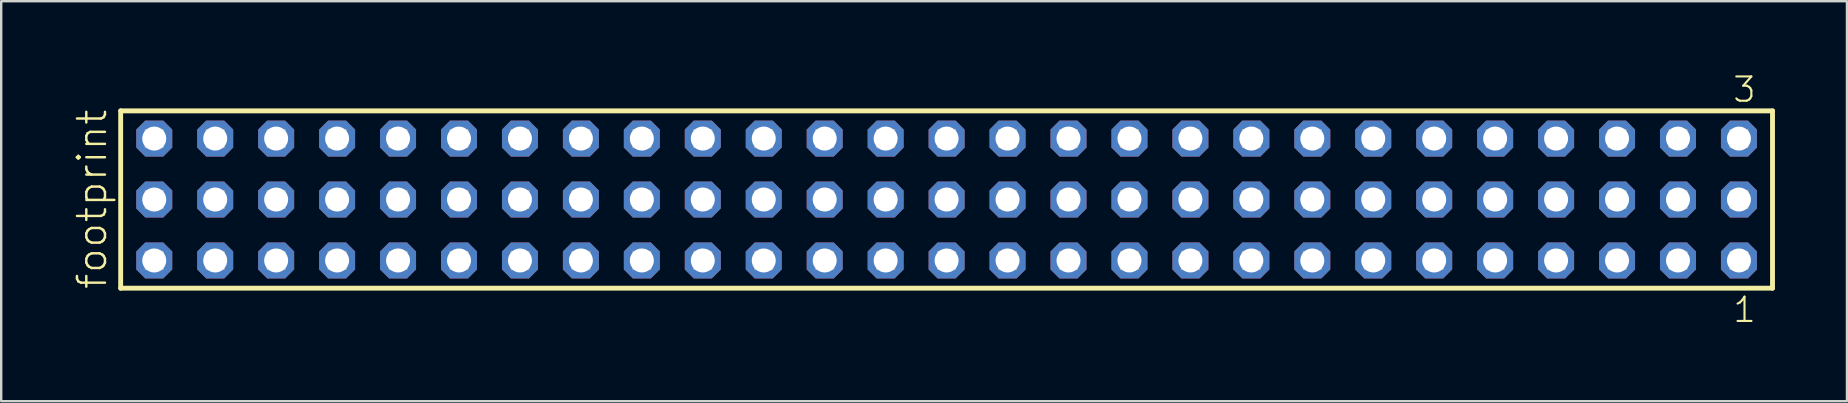
<source format=kicad_pcb>
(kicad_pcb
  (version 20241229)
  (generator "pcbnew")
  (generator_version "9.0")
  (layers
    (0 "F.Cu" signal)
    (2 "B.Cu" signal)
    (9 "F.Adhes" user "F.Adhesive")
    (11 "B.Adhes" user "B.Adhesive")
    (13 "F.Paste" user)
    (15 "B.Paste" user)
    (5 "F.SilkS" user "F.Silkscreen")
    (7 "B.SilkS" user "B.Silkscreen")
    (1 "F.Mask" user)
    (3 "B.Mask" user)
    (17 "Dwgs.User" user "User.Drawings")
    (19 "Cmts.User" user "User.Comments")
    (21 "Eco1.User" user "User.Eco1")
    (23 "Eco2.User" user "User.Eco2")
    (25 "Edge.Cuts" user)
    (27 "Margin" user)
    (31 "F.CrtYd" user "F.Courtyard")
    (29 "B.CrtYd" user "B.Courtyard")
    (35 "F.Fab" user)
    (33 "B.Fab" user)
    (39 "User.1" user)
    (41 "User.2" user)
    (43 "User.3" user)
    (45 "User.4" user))
  (footprint "footprint"
    (layer "F.Cu")
    (at 36.398 5.265)
    (property "Reference" "footprint" (at -34.925 3.81 90) (layer "F.SilkS") (effects (font (size 1.168 1.168) (thickness 0.102)) (justify left bottom)))
    (fp_line (start -34.419 -3.695) (end 34.419 -3.695) (stroke (width 0.203) (type solid)) (layer "F.SilkS"))
    (fp_line (start -34.419 3.695) (end -34.419 -3.695) (stroke (width 0.203) (type solid)) (layer "F.SilkS"))
    (fp_line (start 34.419 -3.695) (end 34.419 3.695) (stroke (width 0.203) (type solid)) (layer "F.SilkS"))
    (fp_line (start 34.419 3.695) (end -34.419 3.695) (stroke (width 0.203) (type solid)) (layer "F.SilkS"))
    (fp_poly (pts (xy -33.37 -2.19) (xy -32.67 -2.19) (xy -32.67 -2.89) (xy -33.37 -2.89)) (stroke (width 0.1) (type solid)) (fill no) (layer "F.Fab"))
    (fp_poly (pts (xy -33.37 0.35) (xy -32.67 0.35) (xy -32.67 -0.35) (xy -33.37 -0.35)) (stroke (width 0.1) (type solid)) (fill no) (layer "F.Fab"))
    (fp_poly (pts (xy -33.37 2.89) (xy -32.67 2.89) (xy -32.67 2.19) (xy -33.37 2.19)) (stroke (width 0.1) (type solid)) (fill no) (layer "F.Fab"))
    (fp_poly (pts (xy -30.83 -2.19) (xy -30.13 -2.19) (xy -30.13 -2.89) (xy -30.83 -2.89)) (stroke (width 0.1) (type solid)) (fill no) (layer "F.Fab"))
    (fp_poly (pts (xy -30.83 0.35) (xy -30.13 0.35) (xy -30.13 -0.35) (xy -30.83 -0.35)) (stroke (width 0.1) (type solid)) (fill no) (layer "F.Fab"))
    (fp_poly (pts (xy -30.83 2.89) (xy -30.13 2.89) (xy -30.13 2.19) (xy -30.83 2.19)) (stroke (width 0.1) (type solid)) (fill no) (layer "F.Fab"))
    (fp_poly (pts (xy -28.29 -2.19) (xy -27.59 -2.19) (xy -27.59 -2.89) (xy -28.29 -2.89)) (stroke (width 0.1) (type solid)) (fill no) (layer "F.Fab"))
    (fp_poly (pts (xy -28.29 0.35) (xy -27.59 0.35) (xy -27.59 -0.35) (xy -28.29 -0.35)) (stroke (width 0.1) (type solid)) (fill no) (layer "F.Fab"))
    (fp_poly (pts (xy -28.29 2.89) (xy -27.59 2.89) (xy -27.59 2.19) (xy -28.29 2.19)) (stroke (width 0.1) (type solid)) (fill no) (layer "F.Fab"))
    (fp_poly (pts (xy -25.75 -2.19) (xy -25.05 -2.19) (xy -25.05 -2.89) (xy -25.75 -2.89)) (stroke (width 0.1) (type solid)) (fill no) (layer "F.Fab"))
    (fp_poly (pts (xy -25.75 0.35) (xy -25.05 0.35) (xy -25.05 -0.35) (xy -25.75 -0.35)) (stroke (width 0.1) (type solid)) (fill no) (layer "F.Fab"))
    (fp_poly (pts (xy -25.75 2.89) (xy -25.05 2.89) (xy -25.05 2.19) (xy -25.75 2.19)) (stroke (width 0.1) (type solid)) (fill no) (layer "F.Fab"))
    (fp_poly (pts (xy -23.21 -2.19) (xy -22.51 -2.19) (xy -22.51 -2.89) (xy -23.21 -2.89)) (stroke (width 0.1) (type solid)) (fill no) (layer "F.Fab"))
    (fp_poly (pts (xy -23.21 0.35) (xy -22.51 0.35) (xy -22.51 -0.35) (xy -23.21 -0.35)) (stroke (width 0.1) (type solid)) (fill no) (layer "F.Fab"))
    (fp_poly (pts (xy -23.21 2.89) (xy -22.51 2.89) (xy -22.51 2.19) (xy -23.21 2.19)) (stroke (width 0.1) (type solid)) (fill no) (layer "F.Fab"))
    (fp_poly (pts (xy -20.67 -2.19) (xy -19.97 -2.19) (xy -19.97 -2.89) (xy -20.67 -2.89)) (stroke (width 0.1) (type solid)) (fill no) (layer "F.Fab"))
    (fp_poly (pts (xy -20.67 0.35) (xy -19.97 0.35) (xy -19.97 -0.35) (xy -20.67 -0.35)) (stroke (width 0.1) (type solid)) (fill no) (layer "F.Fab"))
    (fp_poly (pts (xy -20.67 2.89) (xy -19.97 2.89) (xy -19.97 2.19) (xy -20.67 2.19)) (stroke (width 0.1) (type solid)) (fill no) (layer "F.Fab"))
    (fp_poly (pts (xy -18.13 -2.19) (xy -17.43 -2.19) (xy -17.43 -2.89) (xy -18.13 -2.89)) (stroke (width 0.1) (type solid)) (fill no) (layer "F.Fab"))
    (fp_poly (pts (xy -18.13 0.35) (xy -17.43 0.35) (xy -17.43 -0.35) (xy -18.13 -0.35)) (stroke (width 0.1) (type solid)) (fill no) (layer "F.Fab"))
    (fp_poly (pts (xy -18.13 2.89) (xy -17.43 2.89) (xy -17.43 2.19) (xy -18.13 2.19)) (stroke (width 0.1) (type solid)) (fill no) (layer "F.Fab"))
    (fp_poly (pts (xy -15.59 -2.19) (xy -14.89 -2.19) (xy -14.89 -2.89) (xy -15.59 -2.89)) (stroke (width 0.1) (type solid)) (fill no) (layer "F.Fab"))
    (fp_poly (pts (xy -15.59 0.35) (xy -14.89 0.35) (xy -14.89 -0.35) (xy -15.59 -0.35)) (stroke (width 0.1) (type solid)) (fill no) (layer "F.Fab"))
    (fp_poly (pts (xy -15.59 2.89) (xy -14.89 2.89) (xy -14.89 2.19) (xy -15.59 2.19)) (stroke (width 0.1) (type solid)) (fill no) (layer "F.Fab"))
    (fp_poly (pts (xy -13.05 -2.19) (xy -12.35 -2.19) (xy -12.35 -2.89) (xy -13.05 -2.89)) (stroke (width 0.1) (type solid)) (fill no) (layer "F.Fab"))
    (fp_poly (pts (xy -13.05 0.35) (xy -12.35 0.35) (xy -12.35 -0.35) (xy -13.05 -0.35)) (stroke (width 0.1) (type solid)) (fill no) (layer "F.Fab"))
    (fp_poly (pts (xy -13.05 2.89) (xy -12.35 2.89) (xy -12.35 2.19) (xy -13.05 2.19)) (stroke (width 0.1) (type solid)) (fill no) (layer "F.Fab"))
    (fp_poly (pts (xy -10.51 -2.19) (xy -9.81 -2.19) (xy -9.81 -2.89) (xy -10.51 -2.89)) (stroke (width 0.1) (type solid)) (fill no) (layer "F.Fab"))
    (fp_poly (pts (xy -10.51 0.35) (xy -9.81 0.35) (xy -9.81 -0.35) (xy -10.51 -0.35)) (stroke (width 0.1) (type solid)) (fill no) (layer "F.Fab"))
    (fp_poly (pts (xy -10.51 2.89) (xy -9.81 2.89) (xy -9.81 2.19) (xy -10.51 2.19)) (stroke (width 0.1) (type solid)) (fill no) (layer "F.Fab"))
    (fp_poly (pts (xy -7.97 -2.19) (xy -7.27 -2.19) (xy -7.27 -2.89) (xy -7.97 -2.89)) (stroke (width 0.1) (type solid)) (fill no) (layer "F.Fab"))
    (fp_poly (pts (xy -7.97 0.35) (xy -7.27 0.35) (xy -7.27 -0.35) (xy -7.97 -0.35)) (stroke (width 0.1) (type solid)) (fill no) (layer "F.Fab"))
    (fp_poly (pts (xy -7.97 2.89) (xy -7.27 2.89) (xy -7.27 2.19) (xy -7.97 2.19)) (stroke (width 0.1) (type solid)) (fill no) (layer "F.Fab"))
    (fp_poly (pts (xy -5.43 -2.19) (xy -4.73 -2.19) (xy -4.73 -2.89) (xy -5.43 -2.89)) (stroke (width 0.1) (type solid)) (fill no) (layer "F.Fab"))
    (fp_poly (pts (xy -5.43 0.35) (xy -4.73 0.35) (xy -4.73 -0.35) (xy -5.43 -0.35)) (stroke (width 0.1) (type solid)) (fill no) (layer "F.Fab"))
    (fp_poly (pts (xy -5.43 2.89) (xy -4.73 2.89) (xy -4.73 2.19) (xy -5.43 2.19)) (stroke (width 0.1) (type solid)) (fill no) (layer "F.Fab"))
    (fp_poly (pts (xy -2.89 -2.19) (xy -2.19 -2.19) (xy -2.19 -2.89) (xy -2.89 -2.89)) (stroke (width 0.1) (type solid)) (fill no) (layer "F.Fab"))
    (fp_poly (pts (xy -2.89 0.35) (xy -2.19 0.35) (xy -2.19 -0.35) (xy -2.89 -0.35)) (stroke (width 0.1) (type solid)) (fill no) (layer "F.Fab"))
    (fp_poly (pts (xy -2.89 2.89) (xy -2.19 2.89) (xy -2.19 2.19) (xy -2.89 2.19)) (stroke (width 0.1) (type solid)) (fill no) (layer "F.Fab"))
    (fp_poly (pts (xy -0.35 -2.19) (xy 0.35 -2.19) (xy 0.35 -2.89) (xy -0.35 -2.89)) (stroke (width 0.1) (type solid)) (fill no) (layer "F.Fab"))
    (fp_poly (pts (xy -0.35 0.35) (xy 0.35 0.35) (xy 0.35 -0.35) (xy -0.35 -0.35)) (stroke (width 0.1) (type solid)) (fill no) (layer "F.Fab"))
    (fp_poly (pts (xy -0.35 2.89) (xy 0.35 2.89) (xy 0.35 2.19) (xy -0.35 2.19)) (stroke (width 0.1) (type solid)) (fill no) (layer "F.Fab"))
    (fp_poly (pts (xy 2.19 -2.19) (xy 2.89 -2.19) (xy 2.89 -2.89) (xy 2.19 -2.89)) (stroke (width 0.1) (type solid)) (fill no) (layer "F.Fab"))
    (fp_poly (pts (xy 2.19 0.35) (xy 2.89 0.35) (xy 2.89 -0.35) (xy 2.19 -0.35)) (stroke (width 0.1) (type solid)) (fill no) (layer "F.Fab"))
    (fp_poly (pts (xy 2.19 2.89) (xy 2.89 2.89) (xy 2.89 2.19) (xy 2.19 2.19)) (stroke (width 0.1) (type solid)) (fill no) (layer "F.Fab"))
    (fp_poly (pts (xy 4.73 -2.19) (xy 5.43 -2.19) (xy 5.43 -2.89) (xy 4.73 -2.89)) (stroke (width 0.1) (type solid)) (fill no) (layer "F.Fab"))
    (fp_poly (pts (xy 4.73 0.35) (xy 5.43 0.35) (xy 5.43 -0.35) (xy 4.73 -0.35)) (stroke (width 0.1) (type solid)) (fill no) (layer "F.Fab"))
    (fp_poly (pts (xy 4.73 2.89) (xy 5.43 2.89) (xy 5.43 2.19) (xy 4.73 2.19)) (stroke (width 0.1) (type solid)) (fill no) (layer "F.Fab"))
    (fp_poly (pts (xy 7.27 -2.19) (xy 7.97 -2.19) (xy 7.97 -2.89) (xy 7.27 -2.89)) (stroke (width 0.1) (type solid)) (fill no) (layer "F.Fab"))
    (fp_poly (pts (xy 7.27 0.35) (xy 7.97 0.35) (xy 7.97 -0.35) (xy 7.27 -0.35)) (stroke (width 0.1) (type solid)) (fill no) (layer "F.Fab"))
    (fp_poly (pts (xy 7.27 2.89) (xy 7.97 2.89) (xy 7.97 2.19) (xy 7.27 2.19)) (stroke (width 0.1) (type solid)) (fill no) (layer "F.Fab"))
    (fp_poly (pts (xy 9.81 -2.19) (xy 10.51 -2.19) (xy 10.51 -2.89) (xy 9.81 -2.89)) (stroke (width 0.1) (type solid)) (fill no) (layer "F.Fab"))
    (fp_poly (pts (xy 9.81 0.35) (xy 10.51 0.35) (xy 10.51 -0.35) (xy 9.81 -0.35)) (stroke (width 0.1) (type solid)) (fill no) (layer "F.Fab"))
    (fp_poly (pts (xy 9.81 2.89) (xy 10.51 2.89) (xy 10.51 2.19) (xy 9.81 2.19)) (stroke (width 0.1) (type solid)) (fill no) (layer "F.Fab"))
    (fp_poly (pts (xy 12.35 -2.19) (xy 13.05 -2.19) (xy 13.05 -2.89) (xy 12.35 -2.89)) (stroke (width 0.1) (type solid)) (fill no) (layer "F.Fab"))
    (fp_poly (pts (xy 12.35 0.35) (xy 13.05 0.35) (xy 13.05 -0.35) (xy 12.35 -0.35)) (stroke (width 0.1) (type solid)) (fill no) (layer "F.Fab"))
    (fp_poly (pts (xy 12.35 2.89) (xy 13.05 2.89) (xy 13.05 2.19) (xy 12.35 2.19)) (stroke (width 0.1) (type solid)) (fill no) (layer "F.Fab"))
    (fp_poly (pts (xy 14.89 -2.19) (xy 15.59 -2.19) (xy 15.59 -2.89) (xy 14.89 -2.89)) (stroke (width 0.1) (type solid)) (fill no) (layer "F.Fab"))
    (fp_poly (pts (xy 14.89 0.35) (xy 15.59 0.35) (xy 15.59 -0.35) (xy 14.89 -0.35)) (stroke (width 0.1) (type solid)) (fill no) (layer "F.Fab"))
    (fp_poly (pts (xy 14.89 2.89) (xy 15.59 2.89) (xy 15.59 2.19) (xy 14.89 2.19)) (stroke (width 0.1) (type solid)) (fill no) (layer "F.Fab"))
    (fp_poly (pts (xy 17.43 -2.19) (xy 18.13 -2.19) (xy 18.13 -2.89) (xy 17.43 -2.89)) (stroke (width 0.1) (type solid)) (fill no) (layer "F.Fab"))
    (fp_poly (pts (xy 17.43 0.35) (xy 18.13 0.35) (xy 18.13 -0.35) (xy 17.43 -0.35)) (stroke (width 0.1) (type solid)) (fill no) (layer "F.Fab"))
    (fp_poly (pts (xy 17.43 2.89) (xy 18.13 2.89) (xy 18.13 2.19) (xy 17.43 2.19)) (stroke (width 0.1) (type solid)) (fill no) (layer "F.Fab"))
    (fp_poly (pts (xy 19.97 -2.19) (xy 20.67 -2.19) (xy 20.67 -2.89) (xy 19.97 -2.89)) (stroke (width 0.1) (type solid)) (fill no) (layer "F.Fab"))
    (fp_poly (pts (xy 19.97 0.35) (xy 20.67 0.35) (xy 20.67 -0.35) (xy 19.97 -0.35)) (stroke (width 0.1) (type solid)) (fill no) (layer "F.Fab"))
    (fp_poly (pts (xy 19.97 2.89) (xy 20.67 2.89) (xy 20.67 2.19) (xy 19.97 2.19)) (stroke (width 0.1) (type solid)) (fill no) (layer "F.Fab"))
    (fp_poly (pts (xy 22.51 -2.19) (xy 23.21 -2.19) (xy 23.21 -2.89) (xy 22.51 -2.89)) (stroke (width 0.1) (type solid)) (fill no) (layer "F.Fab"))
    (fp_poly (pts (xy 22.51 0.35) (xy 23.21 0.35) (xy 23.21 -0.35) (xy 22.51 -0.35)) (stroke (width 0.1) (type solid)) (fill no) (layer "F.Fab"))
    (fp_poly (pts (xy 22.51 2.89) (xy 23.21 2.89) (xy 23.21 2.19) (xy 22.51 2.19)) (stroke (width 0.1) (type solid)) (fill no) (layer "F.Fab"))
    (fp_poly (pts (xy 25.05 -2.19) (xy 25.75 -2.19) (xy 25.75 -2.89) (xy 25.05 -2.89)) (stroke (width 0.1) (type solid)) (fill no) (layer "F.Fab"))
    (fp_poly (pts (xy 25.05 0.35) (xy 25.75 0.35) (xy 25.75 -0.35) (xy 25.05 -0.35)) (stroke (width 0.1) (type solid)) (fill no) (layer "F.Fab"))
    (fp_poly (pts (xy 25.05 2.89) (xy 25.75 2.89) (xy 25.75 2.19) (xy 25.05 2.19)) (stroke (width 0.1) (type solid)) (fill no) (layer "F.Fab"))
    (fp_poly (pts (xy 27.59 -2.19) (xy 28.29 -2.19) (xy 28.29 -2.89) (xy 27.59 -2.89)) (stroke (width 0.1) (type solid)) (fill no) (layer "F.Fab"))
    (fp_poly (pts (xy 27.59 0.35) (xy 28.29 0.35) (xy 28.29 -0.35) (xy 27.59 -0.35)) (stroke (width 0.1) (type solid)) (fill no) (layer "F.Fab"))
    (fp_poly (pts (xy 27.59 2.89) (xy 28.29 2.89) (xy 28.29 2.19) (xy 27.59 2.19)) (stroke (width 0.1) (type solid)) (fill no) (layer "F.Fab"))
    (fp_poly (pts (xy 30.13 -2.19) (xy 30.83 -2.19) (xy 30.83 -2.89) (xy 30.13 -2.89)) (stroke (width 0.1) (type solid)) (fill no) (layer "F.Fab"))
    (fp_poly (pts (xy 30.13 0.35) (xy 30.83 0.35) (xy 30.83 -0.35) (xy 30.13 -0.35)) (stroke (width 0.1) (type solid)) (fill no) (layer "F.Fab"))
    (fp_poly (pts (xy 30.13 2.89) (xy 30.83 2.89) (xy 30.83 2.19) (xy 30.13 2.19)) (stroke (width 0.1) (type solid)) (fill no) (layer "F.Fab"))
    (fp_poly (pts (xy 32.67 -2.19) (xy 33.37 -2.19) (xy 33.37 -2.89) (xy 32.67 -2.89)) (stroke (width 0.1) (type solid)) (fill no) (layer "F.Fab"))
    (fp_poly (pts (xy 32.67 0.35) (xy 33.37 0.35) (xy 33.37 -0.35) (xy 32.67 -0.35)) (stroke (width 0.1) (type solid)) (fill no) (layer "F.Fab"))
    (fp_poly (pts (xy 32.67 2.89) (xy 33.37 2.89) (xy 33.37 2.19) (xy 32.67 2.19)) (stroke (width 0.1) (type solid)) (fill no) (layer "F.Fab"))
    (fp_text user "3" (at 32.708 -3.989 0) (layer "F.SilkS") (effects (font (size 1.012 1.012) (thickness 0.088)) (justify left bottom)))
    (fp_text user "1" (at 32.712 5.188 0) (layer "F.SilkS") (effects (font (size 1.012 1.012) (thickness 0.088)) (justify left bottom)))
    (pad "1" thru_hole roundrect (at 33.02 2.54 180) (size 1.5 1.5) (drill 1) (layers "*.Cu" "*.Mask") (roundrect_rratio 0.25) (chamfer_ratio 0.25) (chamfer top_left top_right bottom_left bottom_right))
    (pad "2" thru_hole roundrect (at 33.02 0 180) (size 1.5 1.5) (drill 1) (layers "*.Cu" "*.Mask") (roundrect_rratio 0.25) (chamfer_ratio 0.25) (chamfer top_left top_right bottom_left bottom_right))
    (pad "3" thru_hole roundrect (at 33.02 -2.54 180) (size 1.5 1.5) (drill 1) (layers "*.Cu" "*.Mask") (roundrect_rratio 0.25) (chamfer_ratio 0.25) (chamfer top_left top_right bottom_left bottom_right))
    (pad "4" thru_hole roundrect (at 30.48 2.54 180) (size 1.5 1.5) (drill 1) (layers "*.Cu" "*.Mask") (roundrect_rratio 0.25) (chamfer_ratio 0.25) (chamfer top_left top_right bottom_left bottom_right))
    (pad "5" thru_hole roundrect (at 30.48 0 180) (size 1.5 1.5) (drill 1) (layers "*.Cu" "*.Mask") (roundrect_rratio 0.25) (chamfer_ratio 0.25) (chamfer top_left top_right bottom_left bottom_right))
    (pad "6" thru_hole roundrect (at 30.48 -2.54 180) (size 1.5 1.5) (drill 1) (layers "*.Cu" "*.Mask") (roundrect_rratio 0.25) (chamfer_ratio 0.25) (chamfer top_left top_right bottom_left bottom_right))
    (pad "7" thru_hole roundrect (at 27.94 2.54 180) (size 1.5 1.5) (drill 1) (layers "*.Cu" "*.Mask") (roundrect_rratio 0.25) (chamfer_ratio 0.25) (chamfer top_left top_right bottom_left bottom_right))
    (pad "8" thru_hole roundrect (at 27.94 0 180) (size 1.5 1.5) (drill 1) (layers "*.Cu" "*.Mask") (roundrect_rratio 0.25) (chamfer_ratio 0.25) (chamfer top_left top_right bottom_left bottom_right))
    (pad "9" thru_hole roundrect (at 27.94 -2.54 180) (size 1.5 1.5) (drill 1) (layers "*.Cu" "*.Mask") (roundrect_rratio 0.25) (chamfer_ratio 0.25) (chamfer top_left top_right bottom_left bottom_right))
    (pad "10" thru_hole roundrect (at 25.4 2.54 180) (size 1.5 1.5) (drill 1) (layers "*.Cu" "*.Mask") (roundrect_rratio 0.25) (chamfer_ratio 0.25) (chamfer top_left top_right bottom_left bottom_right))
    (pad "11" thru_hole roundrect (at 25.4 0 180) (size 1.5 1.5) (drill 1) (layers "*.Cu" "*.Mask") (roundrect_rratio 0.25) (chamfer_ratio 0.25) (chamfer top_left top_right bottom_left bottom_right))
    (pad "12" thru_hole roundrect (at 25.4 -2.54 180) (size 1.5 1.5) (drill 1) (layers "*.Cu" "*.Mask") (roundrect_rratio 0.25) (chamfer_ratio 0.25) (chamfer top_left top_right bottom_left bottom_right))
    (pad "13" thru_hole roundrect (at 22.86 2.54 180) (size 1.5 1.5) (drill 1) (layers "*.Cu" "*.Mask") (roundrect_rratio 0.25) (chamfer_ratio 0.25) (chamfer top_left top_right bottom_left bottom_right))
    (pad "14" thru_hole roundrect (at 22.86 0 180) (size 1.5 1.5) (drill 1) (layers "*.Cu" "*.Mask") (roundrect_rratio 0.25) (chamfer_ratio 0.25) (chamfer top_left top_right bottom_left bottom_right))
    (pad "15" thru_hole roundrect (at 22.86 -2.54 180) (size 1.5 1.5) (drill 1) (layers "*.Cu" "*.Mask") (roundrect_rratio 0.25) (chamfer_ratio 0.25) (chamfer top_left top_right bottom_left bottom_right))
    (pad "16" thru_hole roundrect (at 20.32 2.54 180) (size 1.5 1.5) (drill 1) (layers "*.Cu" "*.Mask") (roundrect_rratio 0.25) (chamfer_ratio 0.25) (chamfer top_left top_right bottom_left bottom_right))
    (pad "17" thru_hole roundrect (at 20.32 0 180) (size 1.5 1.5) (drill 1) (layers "*.Cu" "*.Mask") (roundrect_rratio 0.25) (chamfer_ratio 0.25) (chamfer top_left top_right bottom_left bottom_right))
    (pad "18" thru_hole roundrect (at 20.32 -2.54 180) (size 1.5 1.5) (drill 1) (layers "*.Cu" "*.Mask") (roundrect_rratio 0.25) (chamfer_ratio 0.25) (chamfer top_left top_right bottom_left bottom_right))
    (pad "19" thru_hole roundrect (at 17.78 2.54 180) (size 1.5 1.5) (drill 1) (layers "*.Cu" "*.Mask") (roundrect_rratio 0.25) (chamfer_ratio 0.25) (chamfer top_left top_right bottom_left bottom_right))
    (pad "20" thru_hole roundrect (at 17.78 0 180) (size 1.5 1.5) (drill 1) (layers "*.Cu" "*.Mask") (roundrect_rratio 0.25) (chamfer_ratio 0.25) (chamfer top_left top_right bottom_left bottom_right))
    (pad "21" thru_hole roundrect (at 17.78 -2.54 180) (size 1.5 1.5) (drill 1) (layers "*.Cu" "*.Mask") (roundrect_rratio 0.25) (chamfer_ratio 0.25) (chamfer top_left top_right bottom_left bottom_right))
    (pad "22" thru_hole roundrect (at 15.24 2.54 180) (size 1.5 1.5) (drill 1) (layers "*.Cu" "*.Mask") (roundrect_rratio 0.25) (chamfer_ratio 0.25) (chamfer top_left top_right bottom_left bottom_right))
    (pad "23" thru_hole roundrect (at 15.24 0 180) (size 1.5 1.5) (drill 1) (layers "*.Cu" "*.Mask") (roundrect_rratio 0.25) (chamfer_ratio 0.25) (chamfer top_left top_right bottom_left bottom_right))
    (pad "24" thru_hole roundrect (at 15.24 -2.54 180) (size 1.5 1.5) (drill 1) (layers "*.Cu" "*.Mask") (roundrect_rratio 0.25) (chamfer_ratio 0.25) (chamfer top_left top_right bottom_left bottom_right))
    (pad "25" thru_hole roundrect (at 12.7 2.54 180) (size 1.5 1.5) (drill 1) (layers "*.Cu" "*.Mask") (roundrect_rratio 0.25) (chamfer_ratio 0.25) (chamfer top_left top_right bottom_left bottom_right))
    (pad "26" thru_hole roundrect (at 12.7 0 180) (size 1.5 1.5) (drill 1) (layers "*.Cu" "*.Mask") (roundrect_rratio 0.25) (chamfer_ratio 0.25) (chamfer top_left top_right bottom_left bottom_right))
    (pad "27" thru_hole roundrect (at 12.7 -2.54 180) (size 1.5 1.5) (drill 1) (layers "*.Cu" "*.Mask") (roundrect_rratio 0.25) (chamfer_ratio 0.25) (chamfer top_left top_right bottom_left bottom_right))
    (pad "28" thru_hole roundrect (at 10.16 2.54 180) (size 1.5 1.5) (drill 1) (layers "*.Cu" "*.Mask") (roundrect_rratio 0.25) (chamfer_ratio 0.25) (chamfer top_left top_right bottom_left bottom_right))
    (pad "29" thru_hole roundrect (at 10.16 0 180) (size 1.5 1.5) (drill 1) (layers "*.Cu" "*.Mask") (roundrect_rratio 0.25) (chamfer_ratio 0.25) (chamfer top_left top_right bottom_left bottom_right))
    (pad "30" thru_hole roundrect (at 10.16 -2.54 180) (size 1.5 1.5) (drill 1) (layers "*.Cu" "*.Mask") (roundrect_rratio 0.25) (chamfer_ratio 0.25) (chamfer top_left top_right bottom_left bottom_right))
    (pad "31" thru_hole roundrect (at 7.62 2.54 180) (size 1.5 1.5) (drill 1) (layers "*.Cu" "*.Mask") (roundrect_rratio 0.25) (chamfer_ratio 0.25) (chamfer top_left top_right bottom_left bottom_right))
    (pad "32" thru_hole roundrect (at 7.62 0 180) (size 1.5 1.5) (drill 1) (layers "*.Cu" "*.Mask") (roundrect_rratio 0.25) (chamfer_ratio 0.25) (chamfer top_left top_right bottom_left bottom_right))
    (pad "33" thru_hole roundrect (at 7.62 -2.54 180) (size 1.5 1.5) (drill 1) (layers "*.Cu" "*.Mask") (roundrect_rratio 0.25) (chamfer_ratio 0.25) (chamfer top_left top_right bottom_left bottom_right))
    (pad "34" thru_hole roundrect (at 5.08 2.54 180) (size 1.5 1.5) (drill 1) (layers "*.Cu" "*.Mask") (roundrect_rratio 0.25) (chamfer_ratio 0.25) (chamfer top_left top_right bottom_left bottom_right))
    (pad "35" thru_hole roundrect (at 5.08 0 180) (size 1.5 1.5) (drill 1) (layers "*.Cu" "*.Mask") (roundrect_rratio 0.25) (chamfer_ratio 0.25) (chamfer top_left top_right bottom_left bottom_right))
    (pad "36" thru_hole roundrect (at 5.08 -2.54 180) (size 1.5 1.5) (drill 1) (layers "*.Cu" "*.Mask") (roundrect_rratio 0.25) (chamfer_ratio 0.25) (chamfer top_left top_right bottom_left bottom_right))
    (pad "37" thru_hole roundrect (at 2.54 2.54 180) (size 1.5 1.5) (drill 1) (layers "*.Cu" "*.Mask") (roundrect_rratio 0.25) (chamfer_ratio 0.25) (chamfer top_left top_right bottom_left bottom_right))
    (pad "38" thru_hole roundrect (at 2.54 0 180) (size 1.5 1.5) (drill 1) (layers "*.Cu" "*.Mask") (roundrect_rratio 0.25) (chamfer_ratio 0.25) (chamfer top_left top_right bottom_left bottom_right))
    (pad "39" thru_hole roundrect (at 2.54 -2.54 180) (size 1.5 1.5) (drill 1) (layers "*.Cu" "*.Mask") (roundrect_rratio 0.25) (chamfer_ratio 0.25) (chamfer top_left top_right bottom_left bottom_right))
    (pad "40" thru_hole roundrect (at 0 2.54 180) (size 1.5 1.5) (drill 1) (layers "*.Cu" "*.Mask") (roundrect_rratio 0.25) (chamfer_ratio 0.25) (chamfer top_left top_right bottom_left bottom_right))
    (pad "41" thru_hole roundrect (at 0 0 180) (size 1.5 1.5) (drill 1) (layers "*.Cu" "*.Mask") (roundrect_rratio 0.25) (chamfer_ratio 0.25) (chamfer top_left top_right bottom_left bottom_right))
    (pad "42" thru_hole roundrect (at 0 -2.54 180) (size 1.5 1.5) (drill 1) (layers "*.Cu" "*.Mask") (roundrect_rratio 0.25) (chamfer_ratio 0.25) (chamfer top_left top_right bottom_left bottom_right))
    (pad "43" thru_hole roundrect (at -2.54 2.54 180) (size 1.5 1.5) (drill 1) (layers "*.Cu" "*.Mask") (roundrect_rratio 0.25) (chamfer_ratio 0.25) (chamfer top_left top_right bottom_left bottom_right))
    (pad "44" thru_hole roundrect (at -2.54 0 180) (size 1.5 1.5) (drill 1) (layers "*.Cu" "*.Mask") (roundrect_rratio 0.25) (chamfer_ratio 0.25) (chamfer top_left top_right bottom_left bottom_right))
    (pad "45" thru_hole roundrect (at -2.54 -2.54 180) (size 1.5 1.5) (drill 1) (layers "*.Cu" "*.Mask") (roundrect_rratio 0.25) (chamfer_ratio 0.25) (chamfer top_left top_right bottom_left bottom_right))
    (pad "46" thru_hole roundrect (at -5.08 2.54 180) (size 1.5 1.5) (drill 1) (layers "*.Cu" "*.Mask") (roundrect_rratio 0.25) (chamfer_ratio 0.25) (chamfer top_left top_right bottom_left bottom_right))
    (pad "47" thru_hole roundrect (at -5.08 0 180) (size 1.5 1.5) (drill 1) (layers "*.Cu" "*.Mask") (roundrect_rratio 0.25) (chamfer_ratio 0.25) (chamfer top_left top_right bottom_left bottom_right))
    (pad "48" thru_hole roundrect (at -5.08 -2.54 180) (size 1.5 1.5) (drill 1) (layers "*.Cu" "*.Mask") (roundrect_rratio 0.25) (chamfer_ratio 0.25) (chamfer top_left top_right bottom_left bottom_right))
    (pad "49" thru_hole roundrect (at -7.62 2.54 180) (size 1.5 1.5) (drill 1) (layers "*.Cu" "*.Mask") (roundrect_rratio 0.25) (chamfer_ratio 0.25) (chamfer top_left top_right bottom_left bottom_right))
    (pad "50" thru_hole roundrect (at -7.62 0 180) (size 1.5 1.5) (drill 1) (layers "*.Cu" "*.Mask") (roundrect_rratio 0.25) (chamfer_ratio 0.25) (chamfer top_left top_right bottom_left bottom_right))
    (pad "51" thru_hole roundrect (at -7.62 -2.54 180) (size 1.5 1.5) (drill 1) (layers "*.Cu" "*.Mask") (roundrect_rratio 0.25) (chamfer_ratio 0.25) (chamfer top_left top_right bottom_left bottom_right))
    (pad "52" thru_hole roundrect (at -10.16 2.54 180) (size 1.5 1.5) (drill 1) (layers "*.Cu" "*.Mask") (roundrect_rratio 0.25) (chamfer_ratio 0.25) (chamfer top_left top_right bottom_left bottom_right))
    (pad "53" thru_hole roundrect (at -10.16 0 180) (size 1.5 1.5) (drill 1) (layers "*.Cu" "*.Mask") (roundrect_rratio 0.25) (chamfer_ratio 0.25) (chamfer top_left top_right bottom_left bottom_right))
    (pad "54" thru_hole roundrect (at -10.16 -2.54 180) (size 1.5 1.5) (drill 1) (layers "*.Cu" "*.Mask") (roundrect_rratio 0.25) (chamfer_ratio 0.25) (chamfer top_left top_right bottom_left bottom_right))
    (pad "55" thru_hole roundrect (at -12.7 2.54 180) (size 1.5 1.5) (drill 1) (layers "*.Cu" "*.Mask") (roundrect_rratio 0.25) (chamfer_ratio 0.25) (chamfer top_left top_right bottom_left bottom_right))
    (pad "56" thru_hole roundrect (at -12.7 0 180) (size 1.5 1.5) (drill 1) (layers "*.Cu" "*.Mask") (roundrect_rratio 0.25) (chamfer_ratio 0.25) (chamfer top_left top_right bottom_left bottom_right))
    (pad "57" thru_hole roundrect (at -12.7 -2.54 180) (size 1.5 1.5) (drill 1) (layers "*.Cu" "*.Mask") (roundrect_rratio 0.25) (chamfer_ratio 0.25) (chamfer top_left top_right bottom_left bottom_right))
    (pad "58" thru_hole roundrect (at -15.24 2.54 180) (size 1.5 1.5) (drill 1) (layers "*.Cu" "*.Mask") (roundrect_rratio 0.25) (chamfer_ratio 0.25) (chamfer top_left top_right bottom_left bottom_right))
    (pad "59" thru_hole roundrect (at -15.24 0 180) (size 1.5 1.5) (drill 1) (layers "*.Cu" "*.Mask") (roundrect_rratio 0.25) (chamfer_ratio 0.25) (chamfer top_left top_right bottom_left bottom_right))
    (pad "60" thru_hole roundrect (at -15.24 -2.54 180) (size 1.5 1.5) (drill 1) (layers "*.Cu" "*.Mask") (roundrect_rratio 0.25) (chamfer_ratio 0.25) (chamfer top_left top_right bottom_left bottom_right))
    (pad "61" thru_hole roundrect (at -17.78 2.54 180) (size 1.5 1.5) (drill 1) (layers "*.Cu" "*.Mask") (roundrect_rratio 0.25) (chamfer_ratio 0.25) (chamfer top_left top_right bottom_left bottom_right))
    (pad "62" thru_hole roundrect (at -17.78 0 180) (size 1.5 1.5) (drill 1) (layers "*.Cu" "*.Mask") (roundrect_rratio 0.25) (chamfer_ratio 0.25) (chamfer top_left top_right bottom_left bottom_right))
    (pad "63" thru_hole roundrect (at -17.78 -2.54 180) (size 1.5 1.5) (drill 1) (layers "*.Cu" "*.Mask") (roundrect_rratio 0.25) (chamfer_ratio 0.25) (chamfer top_left top_right bottom_left bottom_right))
    (pad "64" thru_hole roundrect (at -20.32 2.54 180) (size 1.5 1.5) (drill 1) (layers "*.Cu" "*.Mask") (roundrect_rratio 0.25) (chamfer_ratio 0.25) (chamfer top_left top_right bottom_left bottom_right))
    (pad "65" thru_hole roundrect (at -20.32 0 180) (size 1.5 1.5) (drill 1) (layers "*.Cu" "*.Mask") (roundrect_rratio 0.25) (chamfer_ratio 0.25) (chamfer top_left top_right bottom_left bottom_right))
    (pad "66" thru_hole roundrect (at -20.32 -2.54 180) (size 1.5 1.5) (drill 1) (layers "*.Cu" "*.Mask") (roundrect_rratio 0.25) (chamfer_ratio 0.25) (chamfer top_left top_right bottom_left bottom_right))
    (pad "67" thru_hole roundrect (at -22.86 2.54 180) (size 1.5 1.5) (drill 1) (layers "*.Cu" "*.Mask") (roundrect_rratio 0.25) (chamfer_ratio 0.25) (chamfer top_left top_right bottom_left bottom_right))
    (pad "68" thru_hole roundrect (at -22.86 0 180) (size 1.5 1.5) (drill 1) (layers "*.Cu" "*.Mask") (roundrect_rratio 0.25) (chamfer_ratio 0.25) (chamfer top_left top_right bottom_left bottom_right))
    (pad "69" thru_hole roundrect (at -22.86 -2.54 180) (size 1.5 1.5) (drill 1) (layers "*.Cu" "*.Mask") (roundrect_rratio 0.25) (chamfer_ratio 0.25) (chamfer top_left top_right bottom_left bottom_right))
    (pad "70" thru_hole roundrect (at -25.4 2.54 180) (size 1.5 1.5) (drill 1) (layers "*.Cu" "*.Mask") (roundrect_rratio 0.25) (chamfer_ratio 0.25) (chamfer top_left top_right bottom_left bottom_right))
    (pad "71" thru_hole roundrect (at -25.4 0 180) (size 1.5 1.5) (drill 1) (layers "*.Cu" "*.Mask") (roundrect_rratio 0.25) (chamfer_ratio 0.25) (chamfer top_left top_right bottom_left bottom_right))
    (pad "72" thru_hole roundrect (at -25.4 -2.54 180) (size 1.5 1.5) (drill 1) (layers "*.Cu" "*.Mask") (roundrect_rratio 0.25) (chamfer_ratio 0.25) (chamfer top_left top_right bottom_left bottom_right))
    (pad "73" thru_hole roundrect (at -27.94 2.54 180) (size 1.5 1.5) (drill 1) (layers "*.Cu" "*.Mask") (roundrect_rratio 0.25) (chamfer_ratio 0.25) (chamfer top_left top_right bottom_left bottom_right))
    (pad "74" thru_hole roundrect (at -27.94 0 180) (size 1.5 1.5) (drill 1) (layers "*.Cu" "*.Mask") (roundrect_rratio 0.25) (chamfer_ratio 0.25) (chamfer top_left top_right bottom_left bottom_right))
    (pad "75" thru_hole roundrect (at -27.94 -2.54 180) (size 1.5 1.5) (drill 1) (layers "*.Cu" "*.Mask") (roundrect_rratio 0.25) (chamfer_ratio 0.25) (chamfer top_left top_right bottom_left bottom_right))
    (pad "76" thru_hole roundrect (at -30.48 2.54 180) (size 1.5 1.5) (drill 1) (layers "*.Cu" "*.Mask") (roundrect_rratio 0.25) (chamfer_ratio 0.25) (chamfer top_left top_right bottom_left bottom_right))
    (pad "77" thru_hole roundrect (at -30.48 0 180) (size 1.5 1.5) (drill 1) (layers "*.Cu" "*.Mask") (roundrect_rratio 0.25) (chamfer_ratio 0.25) (chamfer top_left top_right bottom_left bottom_right))
    (pad "78" thru_hole roundrect (at -30.48 -2.54 180) (size 1.5 1.5) (drill 1) (layers "*.Cu" "*.Mask") (roundrect_rratio 0.25) (chamfer_ratio 0.25) (chamfer top_left top_right bottom_left bottom_right))
    (pad "79" thru_hole roundrect (at -33.02 2.54 180) (size 1.5 1.5) (drill 1) (layers "*.Cu" "*.Mask") (roundrect_rratio 0.25) (chamfer_ratio 0.25) (chamfer top_left top_right bottom_left bottom_right))
    (pad "80" thru_hole roundrect (at -33.02 0 180) (size 1.5 1.5) (drill 1) (layers "*.Cu" "*.Mask") (roundrect_rratio 0.25) (chamfer_ratio 0.25) (chamfer top_left top_right bottom_left bottom_right))
    (pad "81" thru_hole roundrect (at -33.02 -2.54 180) (size 1.5 1.5) (drill 1) (layers "*.Cu" "*.Mask") (roundrect_rratio 0.25) (chamfer_ratio 0.25) (chamfer top_left top_right bottom_left bottom_right)))
  (gr_rect
    (start -3 -3)
    (end 73.919 13.67)
    (stroke (width 0.1) (type default))
    (fill no)
    (layer "Edge.Cuts")))
</source>
